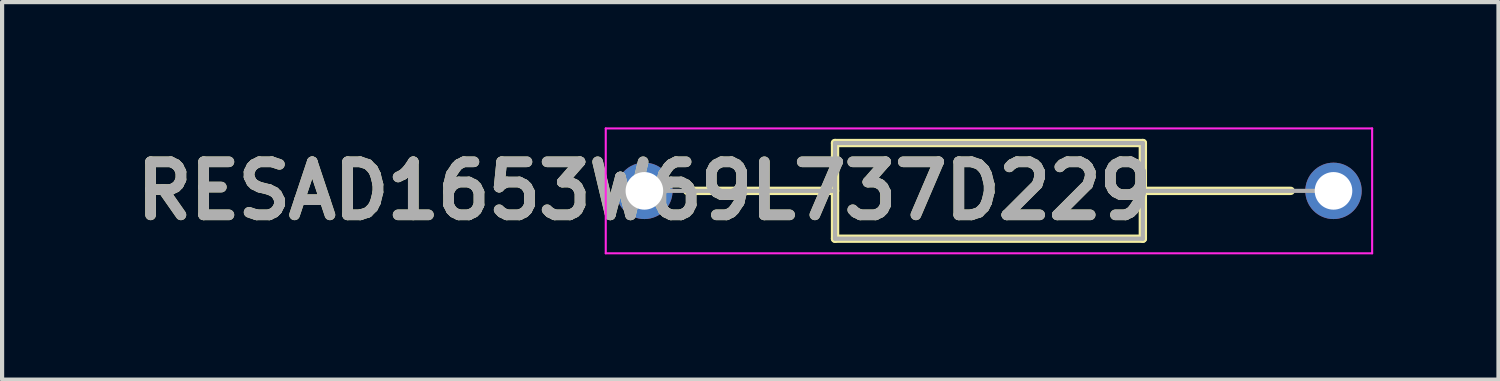
<source format=kicad_pcb>
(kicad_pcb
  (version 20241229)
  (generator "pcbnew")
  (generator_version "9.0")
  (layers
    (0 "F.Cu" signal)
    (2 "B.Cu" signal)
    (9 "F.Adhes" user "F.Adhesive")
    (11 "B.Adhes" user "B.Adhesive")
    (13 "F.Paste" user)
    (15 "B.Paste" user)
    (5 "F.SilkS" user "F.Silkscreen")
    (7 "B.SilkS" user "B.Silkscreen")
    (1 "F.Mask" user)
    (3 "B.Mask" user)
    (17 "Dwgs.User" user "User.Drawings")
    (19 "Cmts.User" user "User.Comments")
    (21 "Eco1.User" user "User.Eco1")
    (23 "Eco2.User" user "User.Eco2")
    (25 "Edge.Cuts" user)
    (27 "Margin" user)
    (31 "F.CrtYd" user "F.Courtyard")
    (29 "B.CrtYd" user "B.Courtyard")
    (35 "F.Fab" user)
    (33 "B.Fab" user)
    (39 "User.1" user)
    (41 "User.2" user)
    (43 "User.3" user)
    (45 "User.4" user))
  (footprint "RESAD1653W69L737D229"
    (layer "F.Cu")
    (at 12.379 1.52)
    (property "Reference" "RESAD1653W69L737D229" (at 0 0 0) (layer "F.SilkS") (effects (font (size 1.27 1.27) (thickness 0.254))))
    (attr through_hole)
    (fp_line (start 1.025 0) (end 4.565 0) (stroke (width 0.2) (type solid)) (layer "F.SilkS"))
    (fp_line (start 4.565 -1.145) (end 11.935 -1.145) (stroke (width 0.2) (type solid)) (layer "F.SilkS"))
    (fp_line (start 4.565 1.145) (end 4.565 -1.145) (stroke (width 0.2) (type solid)) (layer "F.SilkS"))
    (fp_line (start 11.935 -1.145) (end 11.935 1.145) (stroke (width 0.2) (type solid)) (layer "F.SilkS"))
    (fp_line (start 11.935 0) (end 15.475 0) (stroke (width 0.2) (type solid)) (layer "F.SilkS"))
    (fp_line (start 11.935 1.145) (end 4.565 1.145) (stroke (width 0.2) (type solid)) (layer "F.SilkS"))
    (fp_line (start -0.925 -1.495) (end 17.425 -1.495) (stroke (width 0.05) (type solid)) (layer "F.CrtYd"))
    (fp_line (start -0.925 1.495) (end -0.925 -1.495) (stroke (width 0.05) (type solid)) (layer "F.CrtYd"))
    (fp_line (start 17.425 -1.495) (end 17.425 1.495) (stroke (width 0.05) (type solid)) (layer "F.CrtYd"))
    (fp_line (start 17.425 1.495) (end -0.925 1.495) (stroke (width 0.05) (type solid)) (layer "F.CrtYd"))
    (fp_line (start 0 0) (end 4.565 0) (stroke (width 0.1) (type solid)) (layer "F.Fab"))
    (fp_line (start 4.565 -1.145) (end 11.935 -1.145) (stroke (width 0.1) (type solid)) (layer "F.Fab"))
    (fp_line (start 4.565 1.145) (end 4.565 -1.145) (stroke (width 0.1) (type solid)) (layer "F.Fab"))
    (fp_line (start 11.935 -1.145) (end 11.935 1.145) (stroke (width 0.1) (type solid)) (layer "F.Fab"))
    (fp_line (start 11.935 0) (end 16.5 0) (stroke (width 0.1) (type solid)) (layer "F.Fab"))
    (fp_line (start 11.935 1.145) (end 4.565 1.145) (stroke (width 0.1) (type solid)) (layer "F.Fab"))
    (fp_text user "${REFERENCE}" (at 0 0 0) (layer "F.Fab") (effects (font (size 1.27 1.27) (thickness 0.254))))
    (pad "1" thru_hole circle (at 0 0) (size 1.35 1.35) (drill 0.9) (layers "*.Cu" "*.Mask"))
    (pad "2" thru_hole circle (at 16.5 0) (size 1.35 1.35) (drill 0.9) (layers "*.Cu" "*.Mask")))
  (gr_rect
    (start -3 -3)
    (end 32.829 6.04)
    (stroke (width 0.1) (type default))
    (fill no)
    (layer "Edge.Cuts")))
</source>
